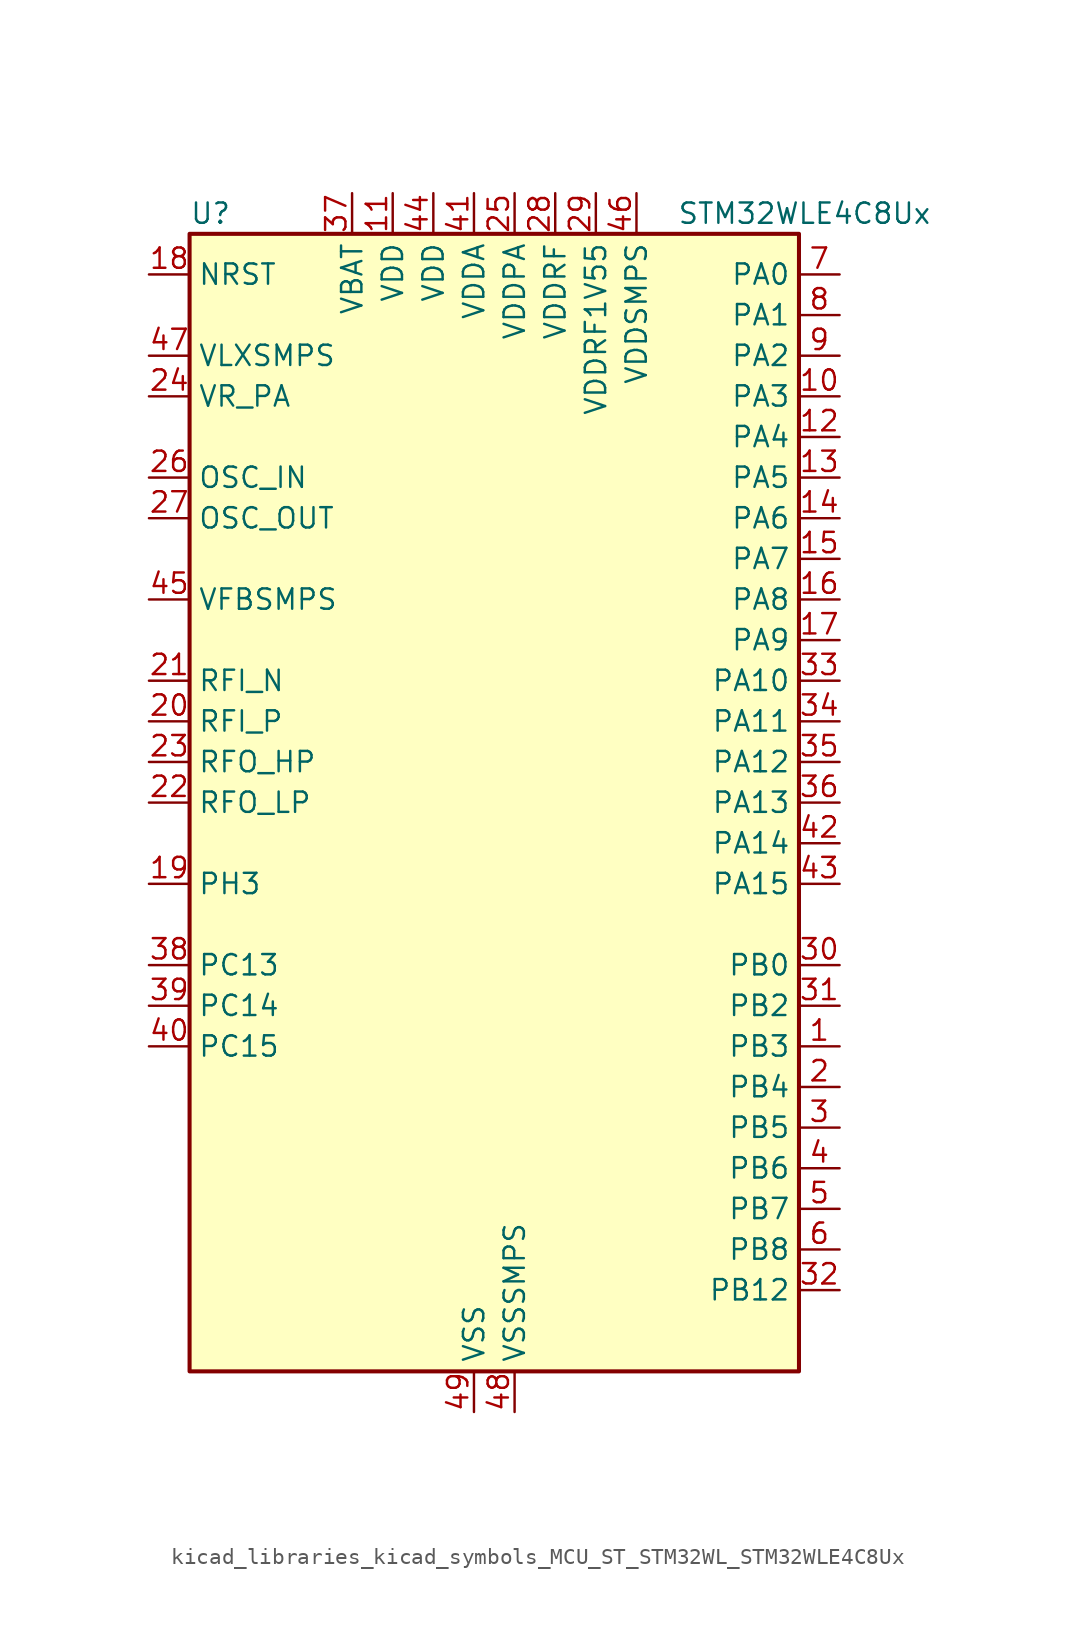
<source format=kicad_sym>
(kicad_symbol_lib
  (version 20220914)
  (generator kicad_symbol_editor)
  (symbol "kicad_libraries_kicad_symbols_MCU_ST_STM32WL_STM32WLE4C8Ux"
    (property "Reference" "U"
      (at -17.78 36.83 0)
      (effects (font (size 1.27 1.27)) (justify left)))
    (property "Value" "STM32WLE4C8Ux"
      (at 12.7 36.83 0)
      (effects (font (size 1.27 1.27)) (justify left)))
    (property "ki_locked" ""
      (at 0 0 0)
      (effects (font (size 1.27 1.27))))
    (symbol "kicad_libraries_kicad_symbols_MCU_ST_STM32WL_STM32WLE4C8Ux_0_1"
      (rectangle (start -17.78 -35.56) (end 20.32 35.56) (stroke (width 0.254) (type default)) (fill (type background))))
    (symbol "kicad_libraries_kicad_symbols_MCU_ST_STM32WL_STM32WLE4C8Ux_1_1"
      (pin bidirectional line (at 22.86 -15.24 180) (length 2.54) (name "PB3" (effects (font (size 1.27 1.27)))) (number "1" (effects (font (size 1.27 1.27)))) (alternate "ADC_IN2" bidirectional line) (alternate "COMP1_INM" bidirectional line) (alternate "COMP2_INM" bidirectional line) (alternate "DEBUG_JTDO-SWO" bidirectional line) (alternate "DEBUG_RF-DTB1" bidirectional line) (alternate "PWR_WKUP3" bidirectional line) (alternate "RTC_TAMP_IN3" bidirectional line) (alternate "SPI1_SCK" bidirectional line) (alternate "TIM2_CH2" bidirectional line) (alternate "USART1_DE" bidirectional line) (alternate "USART1_RTS" bidirectional line))
      (pin bidirectional line (at 22.86 25.4 180) (length 2.54) (name "PA3" (effects (font (size 1.27 1.27)))) (number "10" (effects (font (size 1.27 1.27)))) (alternate "I2S2_MCK" bidirectional line) (alternate "LPUART1_RX" bidirectional line) (alternate "TIM2_CH4" bidirectional line) (alternate "USART2_RX" bidirectional line))
      (pin power_in line (at -5.08 38.1 270) (length 2.54) (name "VDD" (effects (font (size 1.27 1.27)))) (number "11" (effects (font (size 1.27 1.27)))))
      (pin bidirectional line (at 22.86 22.86 180) (length 2.54) (name "PA4" (effects (font (size 1.27 1.27)))) (number "12" (effects (font (size 1.27 1.27)))) (alternate "DEBUG_SUBGHZSPI-NSSOUT" bidirectional line) (alternate "LPTIM1_OUT" bidirectional line) (alternate "LPTIM2_OUT" bidirectional line) (alternate "RTC_OUT2" bidirectional line) (alternate "SPI1_NSS" bidirectional line) (alternate "USART2_CK" bidirectional line))
      (pin bidirectional line (at 22.86 20.32 180) (length 2.54) (name "PA5" (effects (font (size 1.27 1.27)))) (number "13" (effects (font (size 1.27 1.27)))) (alternate "DEBUG_SUBGHZSPI-SCKOUT" bidirectional line) (alternate "LPTIM2_ETR" bidirectional line) (alternate "SPI1_SCK" bidirectional line) (alternate "SPI2_MISO" bidirectional line) (alternate "TIM2_CH1" bidirectional line) (alternate "TIM2_ETR" bidirectional line))
      (pin bidirectional line (at 22.86 17.78 180) (length 2.54) (name "PA6" (effects (font (size 1.27 1.27)))) (number "14" (effects (font (size 1.27 1.27)))) (alternate "DEBUG_SUBGHZSPI-MISOOUT" bidirectional line) (alternate "I2C2_SMBA" bidirectional line) (alternate "LPUART1_CTS" bidirectional line) (alternate "SPI1_MISO" bidirectional line) (alternate "TIM16_CH1" bidirectional line) (alternate "TIM1_BKIN" bidirectional line))
      (pin bidirectional line (at 22.86 15.24 180) (length 2.54) (name "PA7" (effects (font (size 1.27 1.27)))) (number "15" (effects (font (size 1.27 1.27)))) (alternate "COMP2_OUT" bidirectional line) (alternate "DEBUG_SUBGHZSPI-MOSIOUT" bidirectional line) (alternate "I2C3_SCL" bidirectional line) (alternate "SPI1_MOSI" bidirectional line) (alternate "TIM17_CH1" bidirectional line) (alternate "TIM1_CH1N" bidirectional line))
      (pin bidirectional line (at 22.86 12.7 180) (length 2.54) (name "PA8" (effects (font (size 1.27 1.27)))) (number "16" (effects (font (size 1.27 1.27)))) (alternate "I2S2_CK" bidirectional line) (alternate "LPTIM2_OUT" bidirectional line) (alternate "RCC_MCO" bidirectional line) (alternate "SPI2_SCK" bidirectional line) (alternate "TIM1_CH1" bidirectional line) (alternate "USART1_CK" bidirectional line))
      (pin bidirectional line (at 22.86 10.16 180) (length 2.54) (name "PA9" (effects (font (size 1.27 1.27)))) (number "17" (effects (font (size 1.27 1.27)))) (alternate "DAC_EXTI9" bidirectional line) (alternate "I2C1_SCL" bidirectional line) (alternate "I2S2_CK" bidirectional line) (alternate "I2S2_WS" bidirectional line) (alternate "SPI2_NSS" bidirectional line) (alternate "SPI2_SCK" bidirectional line) (alternate "TIM1_CH2" bidirectional line) (alternate "USART1_TX" bidirectional line))
      (pin input line (at -20.32 33.02 0) (length 2.54) (name "NRST" (effects (font (size 1.27 1.27)))) (number "18" (effects (font (size 1.27 1.27)))))
      (pin bidirectional line (at -20.32 -5.08 0) (length 2.54) (name "PH3" (effects (font (size 1.27 1.27)))) (number "19" (effects (font (size 1.27 1.27)))))
      (pin bidirectional line (at 22.86 -17.78 180) (length 2.54) (name "PB4" (effects (font (size 1.27 1.27)))) (number "2" (effects (font (size 1.27 1.27)))) (alternate "ADC_IN3" bidirectional line) (alternate "COMP1_INP" bidirectional line) (alternate "COMP2_INP" bidirectional line) (alternate "DEBUG_JTRST" bidirectional line) (alternate "DEBUG_RF-LDORDY" bidirectional line) (alternate "I2C3_SDA" bidirectional line) (alternate "SPI1_MISO" bidirectional line) (alternate "TIM17_BKIN" bidirectional line) (alternate "USART1_CTS" bidirectional line) (alternate "USART1_NSS" bidirectional line))
      (pin bidirectional line (at -20.32 5.08 0) (length 2.54) (name "RFI_P" (effects (font (size 1.27 1.27)))) (number "20" (effects (font (size 1.27 1.27)))))
      (pin bidirectional line (at -20.32 7.62 0) (length 2.54) (name "RFI_N" (effects (font (size 1.27 1.27)))) (number "21" (effects (font (size 1.27 1.27)))))
      (pin bidirectional line (at -20.32 0 0) (length 2.54) (name "RFO_LP" (effects (font (size 1.27 1.27)))) (number "22" (effects (font (size 1.27 1.27)))))
      (pin bidirectional line (at -20.32 2.54 0) (length 2.54) (name "RFO_HP" (effects (font (size 1.27 1.27)))) (number "23" (effects (font (size 1.27 1.27)))))
      (pin power_in line (at -20.32 25.4 0) (length 2.54) (name "VR_PA" (effects (font (size 1.27 1.27)))) (number "24" (effects (font (size 1.27 1.27)))))
      (pin power_in line (at 2.54 38.1 270) (length 2.54) (name "VDDPA" (effects (font (size 1.27 1.27)))) (number "25" (effects (font (size 1.27 1.27)))))
      (pin input line (at -20.32 20.32 0) (length 2.54) (name "OSC_IN" (effects (font (size 1.27 1.27)))) (number "26" (effects (font (size 1.27 1.27)))) (alternate "RCC_OSC_IN" bidirectional line))
      (pin input line (at -20.32 17.78 0) (length 2.54) (name "OSC_OUT" (effects (font (size 1.27 1.27)))) (number "27" (effects (font (size 1.27 1.27)))) (alternate "RCC_OSC_OUT" bidirectional line))
      (pin power_in line (at 5.08 38.1 270) (length 2.54) (name "VDDRF" (effects (font (size 1.27 1.27)))) (number "28" (effects (font (size 1.27 1.27)))))
      (pin power_in line (at 7.62 38.1 270) (length 2.54) (name "VDDRF1V55" (effects (font (size 1.27 1.27)))) (number "29" (effects (font (size 1.27 1.27)))))
      (pin bidirectional line (at 22.86 -20.32 180) (length 2.54) (name "PB5" (effects (font (size 1.27 1.27)))) (number "3" (effects (font (size 1.27 1.27)))) (alternate "COMP2_OUT" bidirectional line) (alternate "I2C1_SMBA" bidirectional line) (alternate "LPTIM1_IN1" bidirectional line) (alternate "SPI1_MOSI" bidirectional line) (alternate "TIM16_BKIN" bidirectional line) (alternate "USART1_CK" bidirectional line))
      (pin bidirectional line (at 22.86 -10.16 180) (length 2.54) (name "PB0" (effects (font (size 1.27 1.27)))) (number "30" (effects (font (size 1.27 1.27)))) (alternate "COMP1_OUT" bidirectional line) (alternate "VDDTCXO" bidirectional line))
      (pin bidirectional line (at 22.86 -12.7 180) (length 2.54) (name "PB2" (effects (font (size 1.27 1.27)))) (number "31" (effects (font (size 1.27 1.27)))) (alternate "ADC_IN4" bidirectional line) (alternate "COMP1_INP" bidirectional line) (alternate "COMP2_INM" bidirectional line) (alternate "DEBUG_RF-SMPSRDY" bidirectional line) (alternate "I2C3_SMBA" bidirectional line) (alternate "LPTIM1_OUT" bidirectional line) (alternate "SPI1_NSS" bidirectional line))
      (pin bidirectional line (at 22.86 -30.48 180) (length 2.54) (name "PB12" (effects (font (size 1.27 1.27)))) (number "32" (effects (font (size 1.27 1.27)))) (alternate "I2C3_SMBA" bidirectional line) (alternate "I2S2_WS" bidirectional line) (alternate "LPUART1_RTS" bidirectional line) (alternate "SPI2_NSS" bidirectional line) (alternate "TIM1_BKIN" bidirectional line))
      (pin bidirectional line (at 22.86 7.62 180) (length 2.54) (name "PA10" (effects (font (size 1.27 1.27)))) (number "33" (effects (font (size 1.27 1.27)))) (alternate "ADC_IN6" bidirectional line) (alternate "COMP1_INM" bidirectional line) (alternate "COMP2_INM" bidirectional line) (alternate "DAC_OUT1" bidirectional line) (alternate "DEBUG_RF-HSE32RDY" bidirectional line) (alternate "I2C1_SDA" bidirectional line) (alternate "I2S2_SD" bidirectional line) (alternate "RTC_REFIN" bidirectional line) (alternate "SPI2_MOSI" bidirectional line) (alternate "TIM17_BKIN" bidirectional line) (alternate "TIM1_CH3" bidirectional line) (alternate "USART1_RX" bidirectional line))
      (pin bidirectional line (at 22.86 5.08 180) (length 2.54) (name "PA11" (effects (font (size 1.27 1.27)))) (number "34" (effects (font (size 1.27 1.27)))) (alternate "ADC_EXTI11" bidirectional line) (alternate "ADC_IN7" bidirectional line) (alternate "COMP1_INM" bidirectional line) (alternate "COMP2_INM" bidirectional line) (alternate "DEBUG_RF-NRESET" bidirectional line) (alternate "I2C2_SDA" bidirectional line) (alternate "LPTIM3_ETR" bidirectional line) (alternate "SPI1_MISO" bidirectional line) (alternate "TIM1_BKIN2" bidirectional line) (alternate "TIM1_CH4" bidirectional line) (alternate "USART1_CTS" bidirectional line) (alternate "USART1_NSS" bidirectional line))
      (pin bidirectional line (at 22.86 2.54 180) (length 2.54) (name "PA12" (effects (font (size 1.27 1.27)))) (number "35" (effects (font (size 1.27 1.27)))) (alternate "ADC_IN8" bidirectional line) (alternate "DEBUG_RF-BUSY" bidirectional line) (alternate "I2C2_SCL" bidirectional line) (alternate "LPTIM3_IN1" bidirectional line) (alternate "SPI1_MOSI" bidirectional line) (alternate "TIM1_ETR" bidirectional line) (alternate "USART1_DE" bidirectional line) (alternate "USART1_RTS" bidirectional line))
      (pin bidirectional line (at 22.86 0 180) (length 2.54) (name "PA13" (effects (font (size 1.27 1.27)))) (number "36" (effects (font (size 1.27 1.27)))) (alternate "ADC_IN9" bidirectional line) (alternate "DEBUG_JTMS-SWDIO" bidirectional line) (alternate "I2C2_SMBA" bidirectional line) (alternate "IR_OUT" bidirectional line))
      (pin power_in line (at -7.62 38.1 270) (length 2.54) (name "VBAT" (effects (font (size 1.27 1.27)))) (number "37" (effects (font (size 1.27 1.27)))))
      (pin bidirectional line (at -20.32 -10.16 0) (length 2.54) (name "PC13" (effects (font (size 1.27 1.27)))) (number "38" (effects (font (size 1.27 1.27)))) (alternate "PWR_WKUP2" bidirectional line) (alternate "RTC_OUT1" bidirectional line) (alternate "RTC_TAMP_IN1" bidirectional line) (alternate "RTC_TS" bidirectional line))
      (pin bidirectional line (at -20.32 -12.7 0) (length 2.54) (name "PC14" (effects (font (size 1.27 1.27)))) (number "39" (effects (font (size 1.27 1.27)))) (alternate "RCC_OSC32_IN" bidirectional line))
      (pin bidirectional line (at 22.86 -22.86 180) (length 2.54) (name "PB6" (effects (font (size 1.27 1.27)))) (number "4" (effects (font (size 1.27 1.27)))) (alternate "I2C1_SCL" bidirectional line) (alternate "LPTIM1_ETR" bidirectional line) (alternate "TIM16_CH1N" bidirectional line) (alternate "USART1_TX" bidirectional line))
      (pin bidirectional line (at -20.32 -15.24 0) (length 2.54) (name "PC15" (effects (font (size 1.27 1.27)))) (number "40" (effects (font (size 1.27 1.27)))) (alternate "RCC_OSC32_OUT" bidirectional line))
      (pin power_in line (at 0 38.1 270) (length 2.54) (name "VDDA" (effects (font (size 1.27 1.27)))) (number "41" (effects (font (size 1.27 1.27)))))
      (pin bidirectional line (at 22.86 -2.54 180) (length 2.54) (name "PA14" (effects (font (size 1.27 1.27)))) (number "42" (effects (font (size 1.27 1.27)))) (alternate "ADC_IN10" bidirectional line) (alternate "DEBUG_JTCK-SWCLK" bidirectional line) (alternate "I2C1_SMBA" bidirectional line) (alternate "LPTIM1_OUT" bidirectional line))
      (pin bidirectional line (at 22.86 -5.08 180) (length 2.54) (name "PA15" (effects (font (size 1.27 1.27)))) (number "43" (effects (font (size 1.27 1.27)))) (alternate "ADC_IN11" bidirectional line) (alternate "COMP1_INM" bidirectional line) (alternate "COMP2_INP" bidirectional line) (alternate "DEBUG_JTDI" bidirectional line) (alternate "I2C2_SDA" bidirectional line) (alternate "SPI1_NSS" bidirectional line) (alternate "TIM2_CH1" bidirectional line) (alternate "TIM2_ETR" bidirectional line))
      (pin power_in line (at -2.54 38.1 270) (length 2.54) (name "VDD" (effects (font (size 1.27 1.27)))) (number "44" (effects (font (size 1.27 1.27)))))
      (pin input line (at -20.32 12.7 0) (length 2.54) (name "VFBSMPS" (effects (font (size 1.27 1.27)))) (number "45" (effects (font (size 1.27 1.27)))))
      (pin power_in line (at 10.16 38.1 270) (length 2.54) (name "VDDSMPS" (effects (font (size 1.27 1.27)))) (number "46" (effects (font (size 1.27 1.27)))))
      (pin power_in line (at -20.32 27.94 0) (length 2.54) (name "VLXSMPS" (effects (font (size 1.27 1.27)))) (number "47" (effects (font (size 1.27 1.27)))))
      (pin power_in line (at 2.54 -38.1 90) (length 2.54) (name "VSSSMPS" (effects (font (size 1.27 1.27)))) (number "48" (effects (font (size 1.27 1.27)))))
      (pin power_in line (at 0 -38.1 90) (length 2.54) (name "VSS" (effects (font (size 1.27 1.27)))) (number "49" (effects (font (size 1.27 1.27)))))
      (pin bidirectional line (at 22.86 -25.4 180) (length 2.54) (name "PB7" (effects (font (size 1.27 1.27)))) (number "5" (effects (font (size 1.27 1.27)))) (alternate "I2C1_SDA" bidirectional line) (alternate "LPTIM1_IN2" bidirectional line) (alternate "PWR_PVD_IN" bidirectional line) (alternate "TIM17_CH1N" bidirectional line) (alternate "TIM1_BKIN" bidirectional line) (alternate "USART1_RX" bidirectional line))
      (pin bidirectional line (at 22.86 -27.94 180) (length 2.54) (name "PB8" (effects (font (size 1.27 1.27)))) (number "6" (effects (font (size 1.27 1.27)))) (alternate "I2C1_SCL" bidirectional line) (alternate "TIM16_CH1" bidirectional line) (alternate "TIM1_CH2N" bidirectional line))
      (pin bidirectional line (at 22.86 33.02 180) (length 2.54) (name "PA0" (effects (font (size 1.27 1.27)))) (number "7" (effects (font (size 1.27 1.27)))) (alternate "COMP1_OUT" bidirectional line) (alternate "DEBUG_PWR-REGLP1S" bidirectional line) (alternate "I2C3_SMBA" bidirectional line) (alternate "I2S_CKIN" bidirectional line) (alternate "PWR_WKUP1" bidirectional line) (alternate "RTC_TAMP_IN2" bidirectional line) (alternate "TIM2_CH1" bidirectional line) (alternate "TIM2_ETR" bidirectional line) (alternate "USART2_CTS" bidirectional line) (alternate "USART2_NSS" bidirectional line))
      (pin bidirectional line (at 22.86 30.48 180) (length 2.54) (name "PA1" (effects (font (size 1.27 1.27)))) (number "8" (effects (font (size 1.27 1.27)))) (alternate "DEBUG_PWR-REGLP2S" bidirectional line) (alternate "I2C1_SMBA" bidirectional line) (alternate "LPTIM3_OUT" bidirectional line) (alternate "LPUART1_RTS" bidirectional line) (alternate "SPI1_SCK" bidirectional line) (alternate "TIM2_CH2" bidirectional line) (alternate "USART2_DE" bidirectional line) (alternate "USART2_RTS" bidirectional line))
      (pin bidirectional line (at 22.86 27.94 180) (length 2.54) (name "PA2" (effects (font (size 1.27 1.27)))) (number "9" (effects (font (size 1.27 1.27)))) (alternate "COMP2_OUT" bidirectional line) (alternate "DEBUG_PWR-LDORDY" bidirectional line) (alternate "LPUART1_TX" bidirectional line) (alternate "RCC_LSCO" bidirectional line) (alternate "TIM2_CH3" bidirectional line) (alternate "USART2_TX" bidirectional line)))))
</source>
